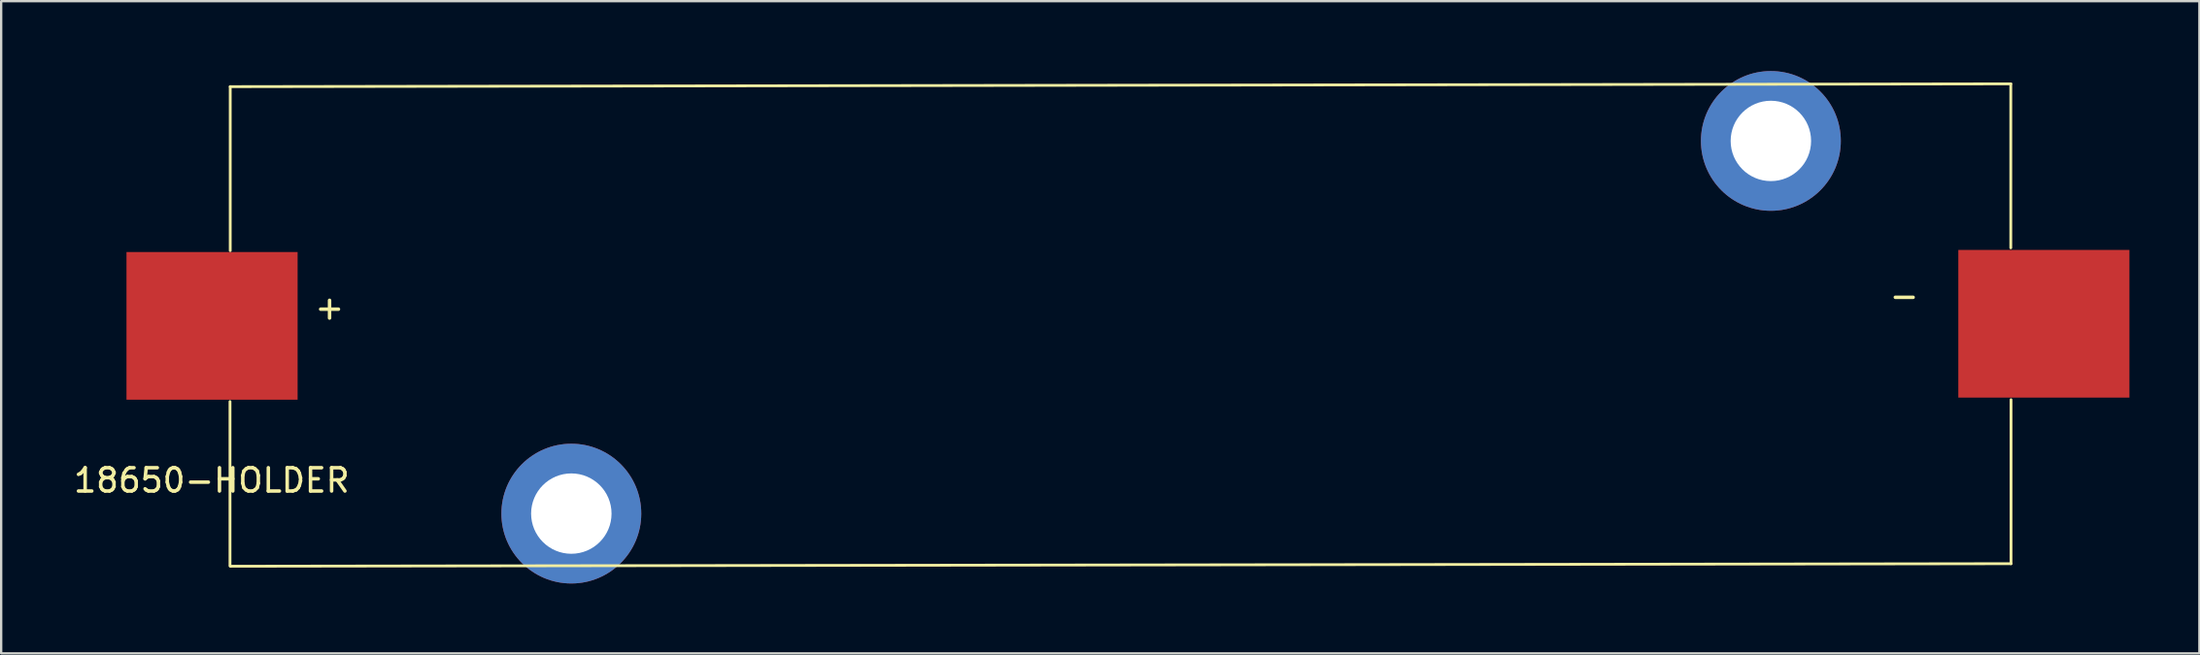
<source format=kicad_pcb>
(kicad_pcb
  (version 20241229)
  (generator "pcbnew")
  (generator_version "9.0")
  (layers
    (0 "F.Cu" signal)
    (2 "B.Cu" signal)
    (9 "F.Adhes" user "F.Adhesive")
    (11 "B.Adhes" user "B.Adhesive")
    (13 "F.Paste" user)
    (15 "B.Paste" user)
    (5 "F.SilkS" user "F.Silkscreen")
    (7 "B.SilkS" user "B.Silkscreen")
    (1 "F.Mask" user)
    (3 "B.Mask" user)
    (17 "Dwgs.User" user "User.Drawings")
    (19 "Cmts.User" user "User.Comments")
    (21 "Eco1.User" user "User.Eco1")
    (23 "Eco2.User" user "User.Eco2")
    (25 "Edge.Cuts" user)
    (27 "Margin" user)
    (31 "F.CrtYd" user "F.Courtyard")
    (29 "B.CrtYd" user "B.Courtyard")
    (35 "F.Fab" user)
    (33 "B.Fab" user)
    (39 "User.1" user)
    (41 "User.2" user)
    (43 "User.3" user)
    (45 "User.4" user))
  (footprint "18650-HOLDER"
    (layer "F.Cu")
    (at 6.055 11)
    (property "Reference" "18650-HOLDER" (at -0.025 6.575 0) (layer "F.SilkS") (effects (font (size 1 1) (thickness 0.15))))
    (attr through_hole)
    (fp_line (start 0.76 3.19) (end 0.76 10.23) (stroke (width 0.12) (type solid)) (layer "F.SilkS"))
    (fp_line (start 0.77 -10.33) (end 0.77 -3.29) (stroke (width 0.12) (type solid)) (layer "F.SilkS"))
    (fp_line (start 0.77 10.26) (end 77.15 10.15) (stroke (width 0.12) (type solid)) (layer "F.SilkS"))
    (fp_line (start 77.14 -10.45) (end 0.77 -10.33) (stroke (width 0.12) (type solid)) (layer "F.SilkS"))
    (fp_line (start 77.14 -10.45) (end 77.14 -3.41) (stroke (width 0.12) (type solid)) (layer "F.SilkS"))
    (fp_line (start 77.15 3.11) (end 77.15 10.15) (stroke (width 0.12) (type solid)) (layer "F.SilkS"))
    (fp_text user "-" (at 72.57 -1.36 0) (layer "F.SilkS") (effects (font (size 1 1) (thickness 0.15))))
    (fp_text user "+" (at 5.03 -0.85 0) (layer "F.SilkS") (effects (font (size 1 1) (thickness 0.15))))
    (pad "1" smd rect (at -0.01 -0.06) (size 7.34 6.34) (layers "F.Cu" "F.Mask" "F.Paste"))
    (pad "2" smd rect (at 78.56 -0.15) (size 7.34 6.34) (layers "F.Cu" "F.Mask" "F.Paste"))
    (pad "3" thru_hole circle (at 15.4 8) (size 6 6) (drill 3.45) (layers "*.Cu" "*.Mask"))
    (pad "4" thru_hole circle (at 66.85 -8) (size 6 6) (drill 3.45) (layers "*.Cu" "*.Mask")))
  (gr_rect
    (start -3 -3)
    (end 91.285 25)
    (stroke (width 0.1) (type default))
    (fill no)
    (layer "Edge.Cuts")))
</source>
